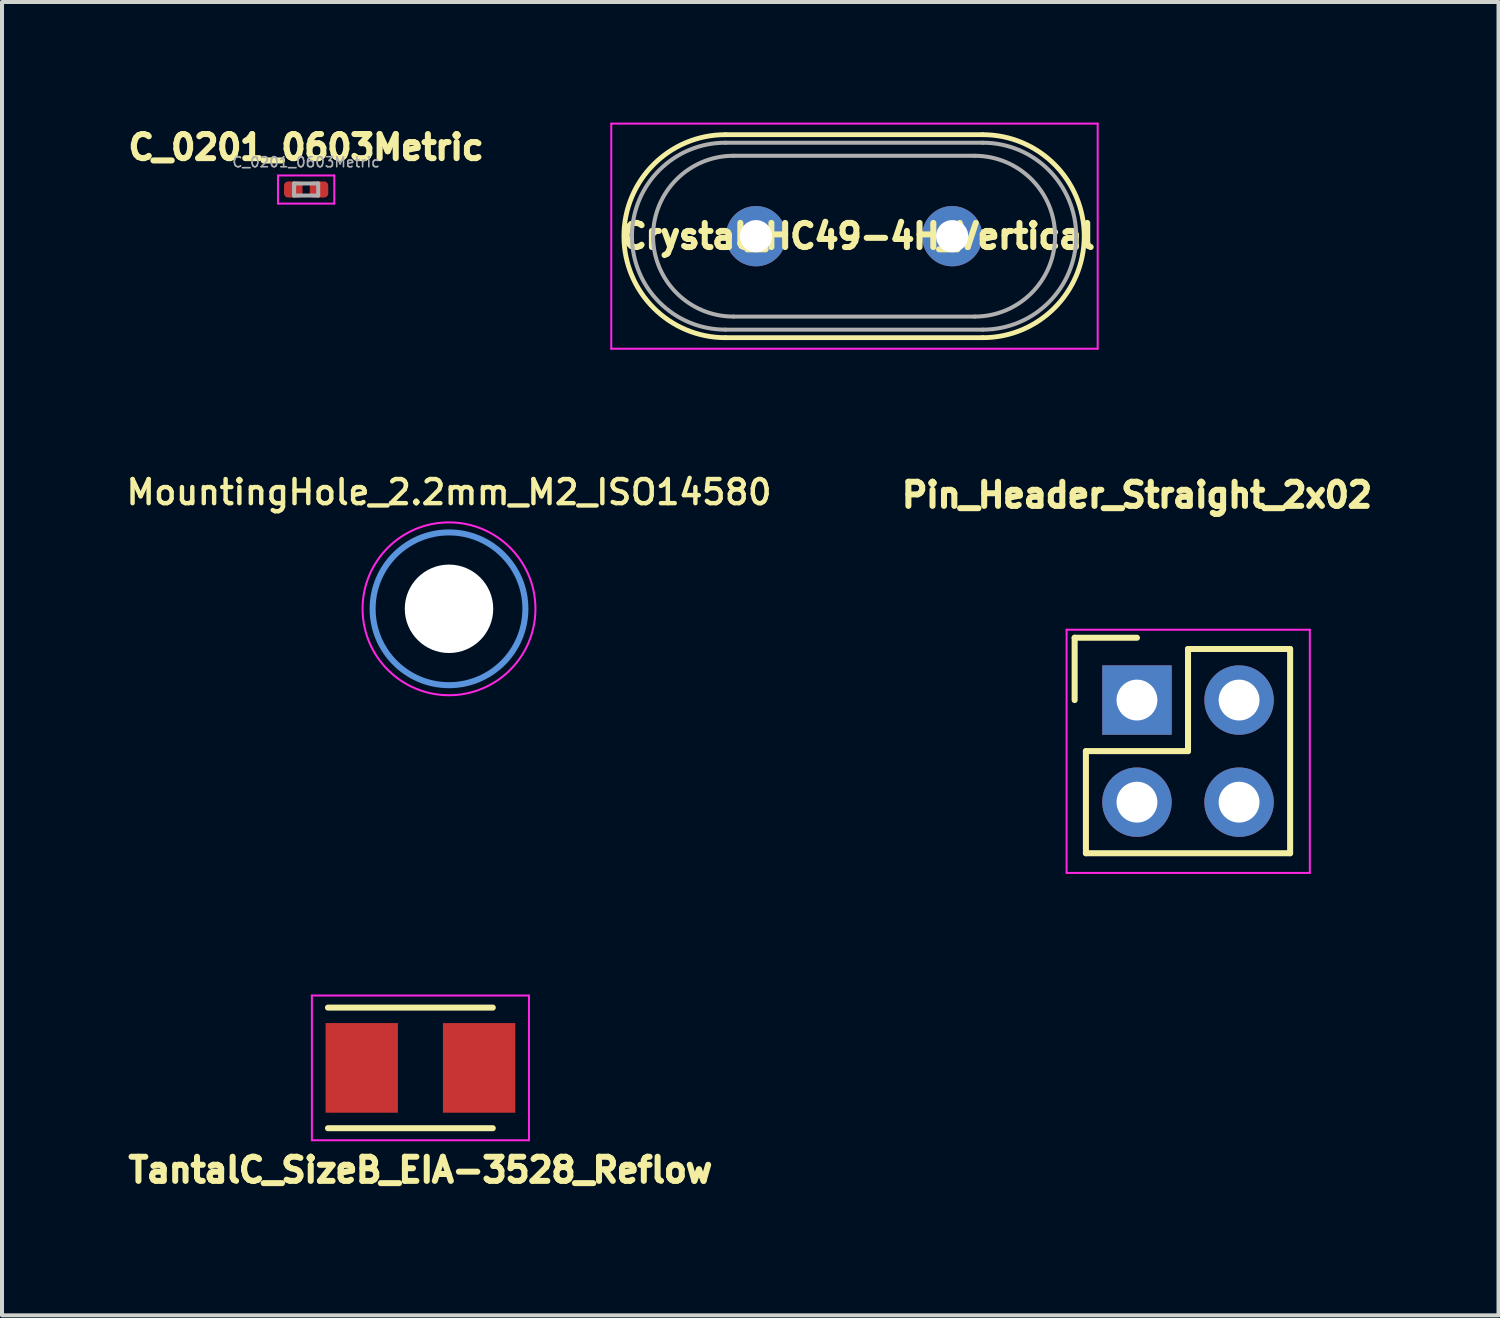
<source format=kicad_pcb>
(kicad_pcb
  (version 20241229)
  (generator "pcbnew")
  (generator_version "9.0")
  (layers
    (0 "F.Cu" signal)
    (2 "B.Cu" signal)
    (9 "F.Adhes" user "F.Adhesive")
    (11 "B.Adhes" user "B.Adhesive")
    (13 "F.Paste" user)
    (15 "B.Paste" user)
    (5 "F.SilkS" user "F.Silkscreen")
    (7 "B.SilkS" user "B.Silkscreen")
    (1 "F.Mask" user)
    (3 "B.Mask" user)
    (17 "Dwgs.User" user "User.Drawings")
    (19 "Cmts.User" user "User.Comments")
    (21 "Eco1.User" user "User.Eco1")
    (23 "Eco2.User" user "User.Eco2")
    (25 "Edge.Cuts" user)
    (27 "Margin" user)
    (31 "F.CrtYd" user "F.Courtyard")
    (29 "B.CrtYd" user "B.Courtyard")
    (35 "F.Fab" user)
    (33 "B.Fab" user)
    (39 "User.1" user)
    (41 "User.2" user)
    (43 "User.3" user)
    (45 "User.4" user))
  (footprint "Crystal_HC49-4H_Vertical"
    (layer "F.Cu")
    (at 15.755 2.825)
    (property "Reference" "Crystal_HC49-4H_Vertical" (at 2.54 0 0) (layer "F.SilkS") (effects (font (size 0.6 0.6) (thickness 0.15))))
    (attr through_hole)
    (fp_line (start -0.76 -2.525) (end 5.64 -2.525) (stroke (width 0.12) (type solid)) (layer "F.SilkS"))
    (fp_line (start -0.76 2.525) (end 5.64 2.525) (stroke (width 0.12) (type solid)) (layer "F.SilkS"))
    (fp_arc (start -0.76 2.525) (mid -3.285 0) (end -0.76 -2.525) (stroke (width 0.12) (type solid)) (layer "F.SilkS"))
    (fp_arc (start 5.64 -2.525) (mid 8.165 0) (end 5.64 2.525) (stroke (width 0.12) (type solid)) (layer "F.SilkS"))
    (fp_line (start -3.6 -2.8) (end -3.6 2.8) (stroke (width 0.05) (type solid)) (layer "F.CrtYd"))
    (fp_line (start -3.6 2.8) (end 8.5 2.8) (stroke (width 0.05) (type solid)) (layer "F.CrtYd"))
    (fp_line (start 8.5 -2.8) (end -3.6 -2.8) (stroke (width 0.05) (type solid)) (layer "F.CrtYd"))
    (fp_line (start 8.5 2.8) (end 8.5 -2.8) (stroke (width 0.05) (type solid)) (layer "F.CrtYd"))
    (fp_line (start -0.76 -2.325) (end 5.64 -2.325) (stroke (width 0.1) (type solid)) (layer "F.Fab"))
    (fp_line (start -0.76 2.325) (end 5.64 2.325) (stroke (width 0.1) (type solid)) (layer "F.Fab"))
    (fp_line (start -0.56 -2) (end 5.44 -2) (stroke (width 0.1) (type solid)) (layer "F.Fab"))
    (fp_line (start -0.56 2) (end 5.44 2) (stroke (width 0.1) (type solid)) (layer "F.Fab"))
    (fp_arc (start -0.76 2.325) (mid -3.085 0) (end -0.76 -2.325) (stroke (width 0.1) (type solid)) (layer "F.Fab"))
    (fp_arc (start -0.56 2) (mid -2.56 0) (end -0.56 -2) (stroke (width 0.1) (type solid)) (layer "F.Fab"))
    (fp_arc (start 5.44 -2) (mid 7.44 0) (end 5.44 2) (stroke (width 0.1) (type solid)) (layer "F.Fab"))
    (fp_arc (start 5.64 -2.325) (mid 7.965 0) (end 5.64 2.325) (stroke (width 0.1) (type solid)) (layer "F.Fab"))
    (pad "1" thru_hole circle (at 0 0) (size 1.5 1.5) (drill 0.8) (layers "*.Cu" "*.Mask"))
    (pad "2" thru_hole circle (at 4.88 0) (size 1.5 1.5) (drill 0.8) (layers "*.Cu" "*.Mask")))
  (footprint "MountingHole_2.2mm_M2_ISO14580"
    (layer "F.Cu")
    (at 8.119 12.094)
    (property "Reference" "MountingHole_2.2mm_M2_ISO14580" (at 0 -2.9 0) (layer "F.SilkS") (effects (font (size 0.6 0.6) (thickness 0.11))))
    (attr through_hole)
    (fp_circle (center 0 0) (end 1.9 0) (stroke (width 0.15) (type solid)) (fill no) (layer "Cmts.User"))
    (fp_circle (center 0 0) (end 2.15 0) (stroke (width 0.05) (type solid)) (fill no) (layer "F.CrtYd"))
    (pad "" np_thru_hole circle (at 0 0) (size 2.2 2.2) (drill 2.2) (layers "*.Cu" "*.Mask")))
  (footprint "TantalC_SizeB_EIA-3528_Reflow"
    (layer "F.Cu")
    (at 7.408 23.514)
    (property "Reference" "TantalC_SizeB_EIA-3528_Reflow" (at 0 2.54 180) (layer "F.SilkS") (effects (font (size 0.6 0.6) (thickness 0.15))))
    (attr smd)
    (fp_line (start 1.8 -1.5) (end -2.3 -1.5) (stroke (width 0.15) (type solid)) (layer "F.SilkS"))
    (fp_line (start 1.8 1.5) (end -2.3 1.5) (stroke (width 0.15) (type solid)) (layer "F.SilkS"))
    (fp_line (start -2.7 -1.8) (end -2.7 1.8) (stroke (width 0.05) (type solid)) (layer "F.CrtYd"))
    (fp_line (start -2.7 1.8) (end 2.7 1.8) (stroke (width 0.05) (type solid)) (layer "F.CrtYd"))
    (fp_line (start 2.7 -1.8) (end -2.7 -1.8) (stroke (width 0.05) (type solid)) (layer "F.CrtYd"))
    (fp_line (start 2.7 1.8) (end 2.7 -1.8) (stroke (width 0.05) (type solid)) (layer "F.CrtYd"))
    (pad "1" smd rect (at -1.46 0) (size 1.8 2.23) (layers "F.Cu" "F.Mask" "F.Paste"))
    (pad "2" smd rect (at 1.46 0) (size 1.8 2.23) (layers "F.Cu" "F.Mask" "F.Paste")))
  (footprint "C_0201_0603Metric"
    (layer "F.Cu")
    (at 4.565 1.664)
    (property "Reference" "C_0201_0603Metric" (at 0 -1.05 0) (layer "F.SilkS") (effects (font (size 0.6 0.6) (thickness 0.15))))
    (attr smd)
    (fp_line (start -0.7 -0.35) (end 0.7 -0.35) (stroke (width 0.05) (type solid)) (layer "F.CrtYd"))
    (fp_line (start -0.7 0.35) (end -0.7 -0.35) (stroke (width 0.05) (type solid)) (layer "F.CrtYd"))
    (fp_line (start 0.7 -0.35) (end 0.7 0.35) (stroke (width 0.05) (type solid)) (layer "F.CrtYd"))
    (fp_line (start 0.7 0.35) (end -0.7 0.35) (stroke (width 0.05) (type solid)) (layer "F.CrtYd"))
    (fp_line (start -0.3 -0.15) (end 0.3 -0.15) (stroke (width 0.1) (type solid)) (layer "F.Fab"))
    (fp_line (start -0.3 0.15) (end -0.3 -0.15) (stroke (width 0.1) (type solid)) (layer "F.Fab"))
    (fp_line (start 0.3 -0.15) (end 0.3 0.15) (stroke (width 0.1) (type solid)) (layer "F.Fab"))
    (fp_line (start 0.3 0.15) (end -0.3 0.15) (stroke (width 0.1) (type solid)) (layer "F.Fab"))
    (fp_text user "${REFERENCE}" (at 0 -0.68 0) (layer "F.Fab") (effects (font (size 0.25 0.25) (thickness 0.04))))
    (pad "" smd roundrect (at -0.345 0) (size 0.318 0.36) (layers "F.Paste") (roundrect_rratio 0.25))
    (pad "" smd roundrect (at 0.345 0) (size 0.318 0.36) (layers "F.Paste") (roundrect_rratio 0.25))
    (pad "1" smd roundrect (at -0.32 0) (size 0.46 0.4) (layers "F.Cu" "F.Mask") (roundrect_rratio 0.25))
    (pad "2" smd roundrect (at 0.32 0) (size 0.46 0.4) (layers "F.Cu" "F.Mask") (roundrect_rratio 0.25)))
  (footprint "Pin_Header_Straight_2x02"
    (layer "F.Cu")
    (at 25.232 14.364)
    (property "Reference" "Pin_Header_Straight_2x02" (at 0 -5.1 0) (layer "F.SilkS") (effects (font (size 0.6 0.6) (thickness 0.15))))
    (attr through_hole)
    (fp_line (start -1.55 0) (end -1.55 -1.55) (stroke (width 0.15) (type solid)) (layer "F.SilkS"))
    (fp_line (start -1.27 1.27) (end 1.27 1.27) (stroke (width 0.15) (type solid)) (layer "F.SilkS"))
    (fp_line (start -1.27 3.81) (end -1.27 1.27) (stroke (width 0.15) (type solid)) (layer "F.SilkS"))
    (fp_line (start 0 -1.55) (end -1.55 -1.55) (stroke (width 0.15) (type solid)) (layer "F.SilkS"))
    (fp_line (start 1.27 -1.27) (end 3.81 -1.27) (stroke (width 0.15) (type solid)) (layer "F.SilkS"))
    (fp_line (start 1.27 1.27) (end 1.27 -1.27) (stroke (width 0.15) (type solid)) (layer "F.SilkS"))
    (fp_line (start 3.81 -1.27) (end 3.81 3.81) (stroke (width 0.15) (type solid)) (layer "F.SilkS"))
    (fp_line (start 3.81 3.81) (end -1.27 3.81) (stroke (width 0.15) (type solid)) (layer "F.SilkS"))
    (fp_line (start -1.75 -1.75) (end -1.75 4.3) (stroke (width 0.05) (type solid)) (layer "F.CrtYd"))
    (fp_line (start -1.75 -1.75) (end 4.3 -1.75) (stroke (width 0.05) (type solid)) (layer "F.CrtYd"))
    (fp_line (start -1.75 4.3) (end 4.3 4.3) (stroke (width 0.05) (type solid)) (layer "F.CrtYd"))
    (fp_line (start 4.3 -1.75) (end 4.3 4.3) (stroke (width 0.05) (type solid)) (layer "F.CrtYd"))
    (pad "1" thru_hole rect (at 0 0) (size 1.727 1.727) (drill 1.016) (layers "*.Cu" "*.Mask"))
    (pad "2" thru_hole oval (at 2.54 0) (size 1.727 1.727) (drill 1.016) (layers "*.Cu" "*.Mask"))
    (pad "3" thru_hole oval (at 0 2.54) (size 1.727 1.727) (drill 1.016) (layers "*.Cu" "*.Mask"))
    (pad "4" thru_hole oval (at 2.54 2.54) (size 1.727 1.727) (drill 1.016) (layers "*.Cu" "*.Mask")))
  (gr_rect
    (start -3 -3)
    (end 34.226 29.669)
    (stroke (width 0.1) (type default))
    (fill no)
    (layer "Edge.Cuts")))
</source>
